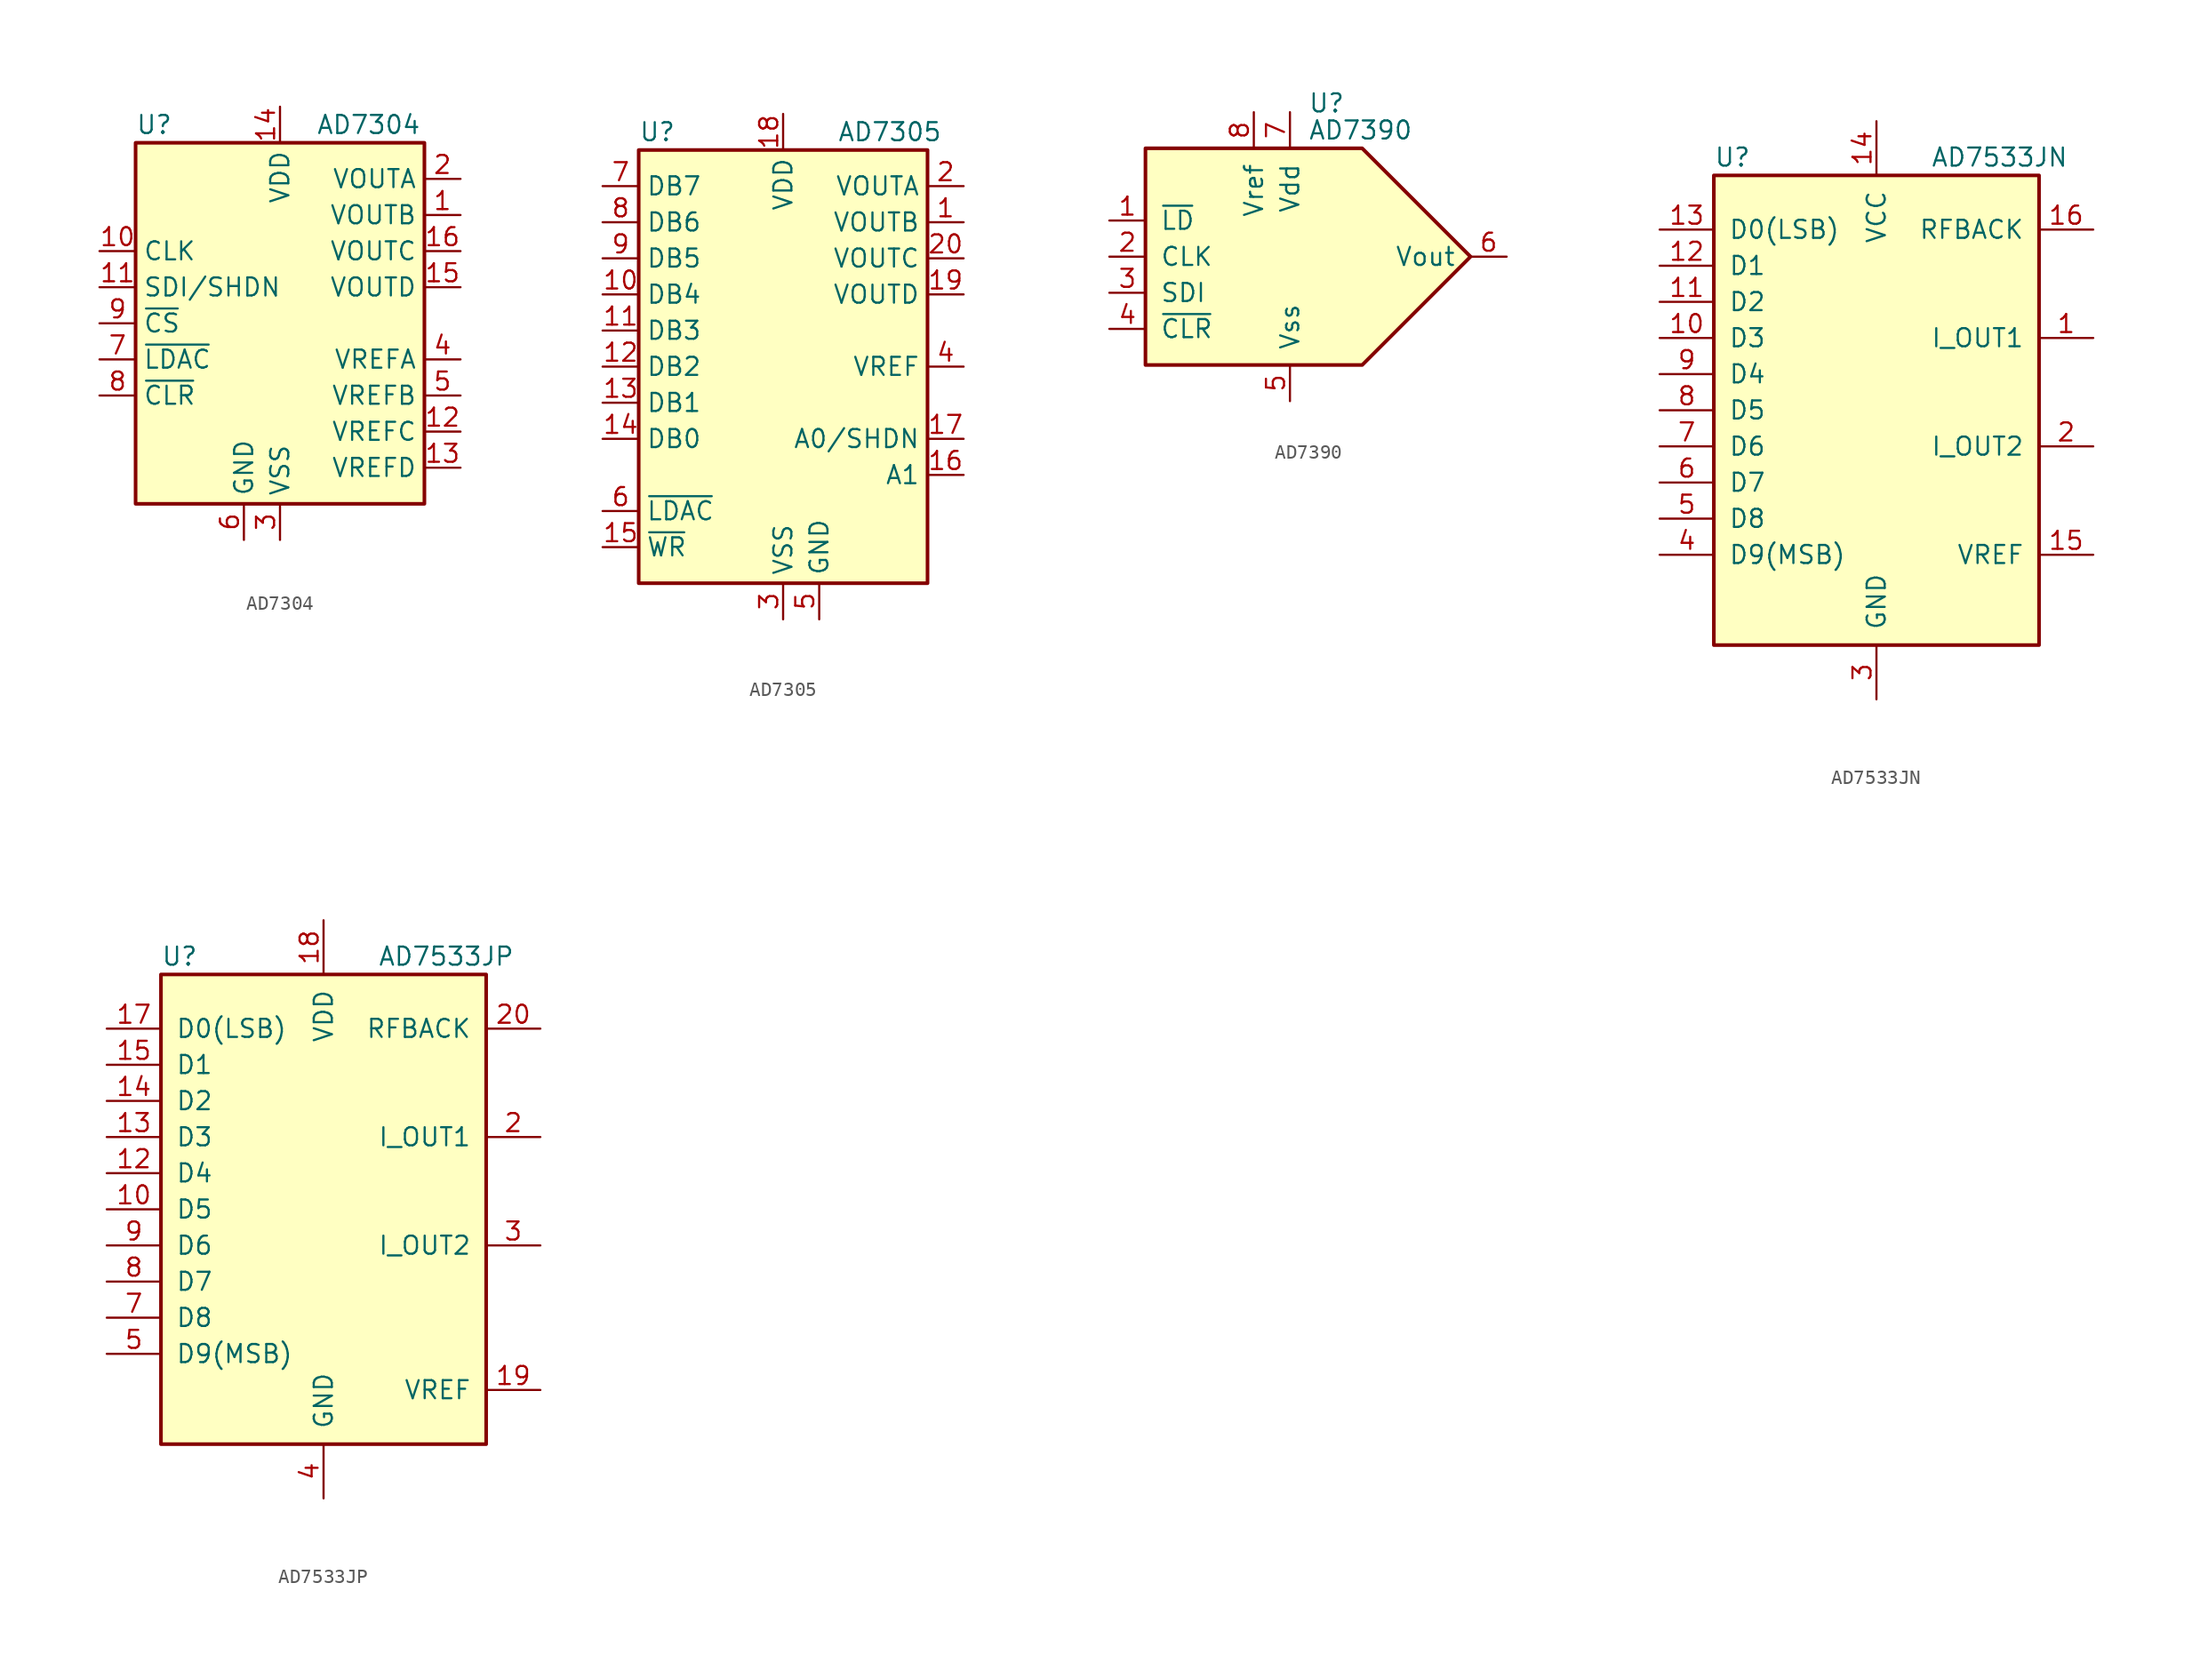
<source format=kicad_sym>
(kicad_symbol_lib
  (version 20211014)
  (generator kicad_symbol_editor)
  (symbol "AD7304"
    (property "Reference" "U"
      (at -10.16 13.97 0)
      (effects (font (size 1.27 1.27)) (justify left)))
    (property "Value" "AD7304"
      (at 2.54 13.97 0)
      (effects (font (size 1.27 1.27)) (justify left)))
    (symbol "AD7304_0_1"
      (rectangle (start -10.16 12.7) (end 10.16 -12.7) (stroke (width 0.254) (type default) (color 0 0 0 0)) (fill (type background))))
    (symbol "AD7304_1_1"
      (pin output line (at 12.7 7.62 180) (length 2.54) (name "VOUTB" (effects (font (size 1.27 1.27)))) (number "1" (effects (font (size 1.27 1.27)))))
      (pin input line (at -12.7 5.08 0) (length 2.54) (name "CLK" (effects (font (size 1.27 1.27)))) (number "10" (effects (font (size 1.27 1.27)))))
      (pin input line (at -12.7 2.54 0) (length 2.54) (name "SDI/SHDN" (effects (font (size 1.27 1.27)))) (number "11" (effects (font (size 1.27 1.27)))))
      (pin input line (at 12.7 -7.62 180) (length 2.54) (name "VREFC" (effects (font (size 1.27 1.27)))) (number "12" (effects (font (size 1.27 1.27)))))
      (pin input line (at 12.7 -10.16 180) (length 2.54) (name "VREFD" (effects (font (size 1.27 1.27)))) (number "13" (effects (font (size 1.27 1.27)))))
      (pin power_in line (at 0 15.24 270) (length 2.54) (name "VDD" (effects (font (size 1.27 1.27)))) (number "14" (effects (font (size 1.27 1.27)))))
      (pin output line (at 12.7 2.54 180) (length 2.54) (name "VOUTD" (effects (font (size 1.27 1.27)))) (number "15" (effects (font (size 1.27 1.27)))))
      (pin output line (at 12.7 5.08 180) (length 2.54) (name "VOUTC" (effects (font (size 1.27 1.27)))) (number "16" (effects (font (size 1.27 1.27)))))
      (pin output line (at 12.7 10.16 180) (length 2.54) (name "VOUTA" (effects (font (size 1.27 1.27)))) (number "2" (effects (font (size 1.27 1.27)))))
      (pin power_in line (at 0 -15.24 90) (length 2.54) (name "VSS" (effects (font (size 1.27 1.27)))) (number "3" (effects (font (size 1.27 1.27)))))
      (pin input line (at 12.7 -2.54 180) (length 2.54) (name "VREFA" (effects (font (size 1.27 1.27)))) (number "4" (effects (font (size 1.27 1.27)))))
      (pin input line (at 12.7 -5.08 180) (length 2.54) (name "VREFB" (effects (font (size 1.27 1.27)))) (number "5" (effects (font (size 1.27 1.27)))))
      (pin power_in line (at -2.54 -15.24 90) (length 2.54) (name "GND" (effects (font (size 1.27 1.27)))) (number "6" (effects (font (size 1.27 1.27)))))
      (pin output line (at -12.7 -2.54 0) (length 2.54) (name "~{LDAC}" (effects (font (size 1.27 1.27)))) (number "7" (effects (font (size 1.27 1.27)))))
      (pin output line (at -12.7 -5.08 0) (length 2.54) (name "~{CLR}" (effects (font (size 1.27 1.27)))) (number "8" (effects (font (size 1.27 1.27)))))
      (pin input line (at -12.7 0 0) (length 2.54) (name "~{CS}" (effects (font (size 1.27 1.27)))) (number "9" (effects (font (size 1.27 1.27)))))))
  (symbol "AD7305"
    (property "Reference" "U"
      (at -10.16 16.51 0)
      (effects (font (size 1.27 1.27)) (justify left)))
    (property "Value" "AD7305"
      (at 3.81 16.51 0)
      (effects (font (size 1.27 1.27)) (justify left)))
    (symbol "AD7305_0_1"
      (rectangle (start -10.16 15.24) (end 10.16 -15.24) (stroke (width 0.254) (type default) (color 0 0 0 0)) (fill (type background))))
    (symbol "AD7305_1_1"
      (pin output line (at 12.7 10.16 180) (length 2.54) (name "VOUTB" (effects (font (size 1.27 1.27)))) (number "1" (effects (font (size 1.27 1.27)))))
      (pin input line (at -12.7 5.08 0) (length 2.54) (name "DB4" (effects (font (size 1.27 1.27)))) (number "10" (effects (font (size 1.27 1.27)))))
      (pin input line (at -12.7 2.54 0) (length 2.54) (name "DB3" (effects (font (size 1.27 1.27)))) (number "11" (effects (font (size 1.27 1.27)))))
      (pin input line (at -12.7 0 0) (length 2.54) (name "DB2" (effects (font (size 1.27 1.27)))) (number "12" (effects (font (size 1.27 1.27)))))
      (pin input line (at -12.7 -2.54 0) (length 2.54) (name "DB1" (effects (font (size 1.27 1.27)))) (number "13" (effects (font (size 1.27 1.27)))))
      (pin input line (at -12.7 -5.08 0) (length 2.54) (name "DB0" (effects (font (size 1.27 1.27)))) (number "14" (effects (font (size 1.27 1.27)))))
      (pin output line (at -12.7 -12.7 0) (length 2.54) (name "~{WR}" (effects (font (size 1.27 1.27)))) (number "15" (effects (font (size 1.27 1.27)))))
      (pin input line (at 12.7 -7.62 180) (length 2.54) (name "A1" (effects (font (size 1.27 1.27)))) (number "16" (effects (font (size 1.27 1.27)))))
      (pin input line (at 12.7 -5.08 180) (length 2.54) (name "A0/SHDN" (effects (font (size 1.27 1.27)))) (number "17" (effects (font (size 1.27 1.27)))))
      (pin power_in line (at 0 17.78 270) (length 2.54) (name "VDD" (effects (font (size 1.27 1.27)))) (number "18" (effects (font (size 1.27 1.27)))))
      (pin output line (at 12.7 5.08 180) (length 2.54) (name "VOUTD" (effects (font (size 1.27 1.27)))) (number "19" (effects (font (size 1.27 1.27)))))
      (pin output line (at 12.7 12.7 180) (length 2.54) (name "VOUTA" (effects (font (size 1.27 1.27)))) (number "2" (effects (font (size 1.27 1.27)))))
      (pin output line (at 12.7 7.62 180) (length 2.54) (name "VOUTC" (effects (font (size 1.27 1.27)))) (number "20" (effects (font (size 1.27 1.27)))))
      (pin power_in line (at 0 -17.78 90) (length 2.54) (name "VSS" (effects (font (size 1.27 1.27)))) (number "3" (effects (font (size 1.27 1.27)))))
      (pin input line (at 12.7 0 180) (length 2.54) (name "VREF" (effects (font (size 1.27 1.27)))) (number "4" (effects (font (size 1.27 1.27)))))
      (pin power_in line (at 2.54 -17.78 90) (length 2.54) (name "GND" (effects (font (size 1.27 1.27)))) (number "5" (effects (font (size 1.27 1.27)))))
      (pin input line (at -12.7 -10.16 0) (length 2.54) (name "~{LDAC}" (effects (font (size 1.27 1.27)))) (number "6" (effects (font (size 1.27 1.27)))))
      (pin input line (at -12.7 12.7 0) (length 2.54) (name "DB7" (effects (font (size 1.27 1.27)))) (number "7" (effects (font (size 1.27 1.27)))))
      (pin input line (at -12.7 10.16 0) (length 2.54) (name "DB6" (effects (font (size 1.27 1.27)))) (number "8" (effects (font (size 1.27 1.27)))))
      (pin input line (at -12.7 7.62 0) (length 2.54) (name "DB5" (effects (font (size 1.27 1.27)))) (number "9" (effects (font (size 1.27 1.27)))))))
  (symbol "AD7390"
    (pin_names
      (offset 1.016))
    (property "Reference" "U"
      (at 1.27 10.795 0)
      (effects (font (size 1.27 1.27)) (justify left)))
    (property "Value" "AD7390"
      (at 1.27 8.89 0)
      (effects (font (size 1.27 1.27)) (justify left)))
    (symbol "AD7390_0_0"
      (polyline (pts (xy 12.7 0) (xy 5.08 7.62) (xy -10.16 7.62) (xy -10.16 -7.62) (xy 5.08 -7.62) (xy 12.7 0)) (stroke (width 0.254) (type default) (color 0 0 0 0)) (fill (type background))))
    (symbol "AD7390_1_1"
      (pin input line (at -12.7 2.54 0) (length 2.54) (name "~{LD}" (effects (font (size 1.27 1.27)))) (number "1" (effects (font (size 1.27 1.27)))))
      (pin input line (at -12.7 0 0) (length 2.54) (name "CLK" (effects (font (size 1.27 1.27)))) (number "2" (effects (font (size 1.27 1.27)))))
      (pin input line (at -12.7 -2.54 0) (length 2.54) (name "SDI" (effects (font (size 1.27 1.27)))) (number "3" (effects (font (size 1.27 1.27)))))
      (pin input line (at -12.7 -5.08 0) (length 2.54) (name "~{CLR}" (effects (font (size 1.27 1.27)))) (number "4" (effects (font (size 1.27 1.27)))))
      (pin power_in line (at 0 -10.16 90) (length 2.54) (name "Vss" (effects (font (size 1.27 1.27)))) (number "5" (effects (font (size 1.27 1.27)))))
      (pin output line (at 15.24 0 180) (length 2.54) (name "Vout" (effects (font (size 1.27 1.27)))) (number "6" (effects (font (size 1.27 1.27)))))
      (pin power_in line (at 0 10.16 270) (length 2.54) (name "Vdd" (effects (font (size 1.27 1.27)))) (number "7" (effects (font (size 1.27 1.27)))))
      (pin input line (at -2.54 10.16 270) (length 2.54) (name "Vref" (effects (font (size 1.27 1.27)))) (number "8" (effects (font (size 1.27 1.27)))))))
  (symbol "AD7533JN"
    (pin_names
      (offset 1.016))
    (property "Reference" "U"
      (at -11.43 17.78 0)
      (effects (font (size 1.27 1.27)) (justify left)))
    (property "Value" "AD7533JN"
      (at 3.81 17.78 0)
      (effects (font (size 1.27 1.27)) (justify left)))
    (symbol "AD7533JN_0_1"
      (rectangle (start -11.43 -16.51) (end 11.43 16.51) (stroke (width 0.254) (type default) (color 0 0 0 0)) (fill (type background))))
    (symbol "AD7533JN_1_1"
      (pin passive line (at 15.24 5.08 180) (length 3.81) (name "I_OUT1" (effects (font (size 1.27 1.27)))) (number "1" (effects (font (size 1.27 1.27)))))
      (pin input line (at -15.24 5.08 0) (length 3.81) (name "D3" (effects (font (size 1.27 1.27)))) (number "10" (effects (font (size 1.27 1.27)))))
      (pin input line (at -15.24 7.62 0) (length 3.81) (name "D2" (effects (font (size 1.27 1.27)))) (number "11" (effects (font (size 1.27 1.27)))))
      (pin input line (at -15.24 10.16 0) (length 3.81) (name "D1" (effects (font (size 1.27 1.27)))) (number "12" (effects (font (size 1.27 1.27)))))
      (pin input line (at -15.24 12.7 0) (length 3.81) (name "D0(LSB)" (effects (font (size 1.27 1.27)))) (number "13" (effects (font (size 1.27 1.27)))))
      (pin power_in line (at 0 20.32 270) (length 3.81) (name "VCC" (effects (font (size 1.27 1.27)))) (number "14" (effects (font (size 1.27 1.27)))))
      (pin passive line (at 15.24 -10.16 180) (length 3.81) (name "VREF" (effects (font (size 1.27 1.27)))) (number "15" (effects (font (size 1.27 1.27)))))
      (pin passive line (at 15.24 12.7 180) (length 3.81) (name "RFBACK" (effects (font (size 1.27 1.27)))) (number "16" (effects (font (size 1.27 1.27)))))
      (pin passive line (at 15.24 -2.54 180) (length 3.81) (name "I_OUT2" (effects (font (size 1.27 1.27)))) (number "2" (effects (font (size 1.27 1.27)))))
      (pin power_in line (at 0 -20.32 90) (length 3.81) (name "GND" (effects (font (size 1.27 1.27)))) (number "3" (effects (font (size 1.27 1.27)))))
      (pin input line (at -15.24 -10.16 0) (length 3.81) (name "D9(MSB)" (effects (font (size 1.27 1.27)))) (number "4" (effects (font (size 1.27 1.27)))))
      (pin input line (at -15.24 -7.62 0) (length 3.81) (name "D8" (effects (font (size 1.27 1.27)))) (number "5" (effects (font (size 1.27 1.27)))))
      (pin input line (at -15.24 -5.08 0) (length 3.81) (name "D7" (effects (font (size 1.27 1.27)))) (number "6" (effects (font (size 1.27 1.27)))))
      (pin input line (at -15.24 -2.54 0) (length 3.81) (name "D6" (effects (font (size 1.27 1.27)))) (number "7" (effects (font (size 1.27 1.27)))))
      (pin input line (at -15.24 0 0) (length 3.81) (name "D5" (effects (font (size 1.27 1.27)))) (number "8" (effects (font (size 1.27 1.27)))))
      (pin input line (at -15.24 2.54 0) (length 3.81) (name "D4" (effects (font (size 1.27 1.27)))) (number "9" (effects (font (size 1.27 1.27)))))))
  (symbol "AD7533JP"
    (pin_names
      (offset 1.016))
    (property "Reference" "U"
      (at -11.43 17.78 0)
      (effects (font (size 1.27 1.27)) (justify left)))
    (property "Value" "AD7533JP"
      (at 3.81 17.78 0)
      (effects (font (size 1.27 1.27)) (justify left)))
    (symbol "AD7533JP_0_1"
      (rectangle (start -11.43 -16.51) (end 11.43 16.51) (stroke (width 0.254) (type default) (color 0 0 0 0)) (fill (type background))))
    (symbol "AD7533JP_1_1"
      (pin input line (at -15.24 0 0) (length 3.81) (name "D5" (effects (font (size 1.27 1.27)))) (number "10" (effects (font (size 1.27 1.27)))))
      (pin input line (at -15.24 2.54 0) (length 3.81) (name "D4" (effects (font (size 1.27 1.27)))) (number "12" (effects (font (size 1.27 1.27)))))
      (pin input line (at -15.24 5.08 0) (length 3.81) (name "D3" (effects (font (size 1.27 1.27)))) (number "13" (effects (font (size 1.27 1.27)))))
      (pin input line (at -15.24 7.62 0) (length 3.81) (name "D2" (effects (font (size 1.27 1.27)))) (number "14" (effects (font (size 1.27 1.27)))))
      (pin input line (at -15.24 10.16 0) (length 3.81) (name "D1" (effects (font (size 1.27 1.27)))) (number "15" (effects (font (size 1.27 1.27)))))
      (pin input line (at -15.24 12.7 0) (length 3.81) (name "D0(LSB)" (effects (font (size 1.27 1.27)))) (number "17" (effects (font (size 1.27 1.27)))))
      (pin power_in line (at 0 20.32 270) (length 3.81) (name "VDD" (effects (font (size 1.27 1.27)))) (number "18" (effects (font (size 1.27 1.27)))))
      (pin passive line (at 15.24 -12.7 180) (length 3.81) (name "VREF" (effects (font (size 1.27 1.27)))) (number "19" (effects (font (size 1.27 1.27)))))
      (pin passive line (at 15.24 5.08 180) (length 3.81) (name "I_OUT1" (effects (font (size 1.27 1.27)))) (number "2" (effects (font (size 1.27 1.27)))))
      (pin passive line (at 15.24 12.7 180) (length 3.81) (name "RFBACK" (effects (font (size 1.27 1.27)))) (number "20" (effects (font (size 1.27 1.27)))))
      (pin passive line (at 15.24 -2.54 180) (length 3.81) (name "I_OUT2" (effects (font (size 1.27 1.27)))) (number "3" (effects (font (size 1.27 1.27)))))
      (pin power_in line (at 0 -20.32 90) (length 3.81) (name "GND" (effects (font (size 1.27 1.27)))) (number "4" (effects (font (size 1.27 1.27)))))
      (pin input line (at -15.24 -10.16 0) (length 3.81) (name "D9(MSB)" (effects (font (size 1.27 1.27)))) (number "5" (effects (font (size 1.27 1.27)))))
      (pin input line (at -15.24 -7.62 0) (length 3.81) (name "D8" (effects (font (size 1.27 1.27)))) (number "7" (effects (font (size 1.27 1.27)))))
      (pin input line (at -15.24 -5.08 0) (length 3.81) (name "D7" (effects (font (size 1.27 1.27)))) (number "8" (effects (font (size 1.27 1.27)))))
      (pin input line (at -15.24 -2.54 0) (length 3.81) (name "D6" (effects (font (size 1.27 1.27)))) (number "9" (effects (font (size 1.27 1.27))))))))
</source>
